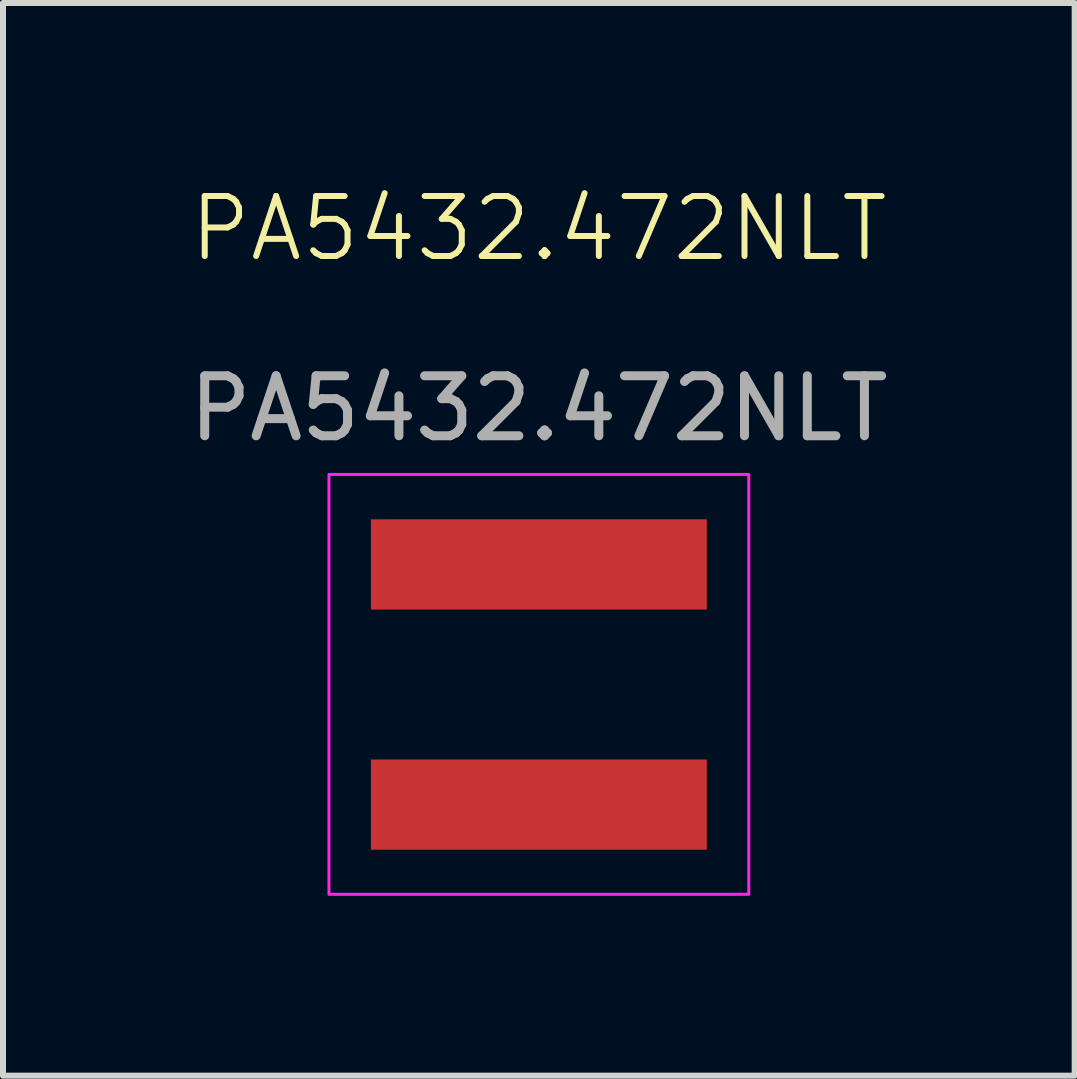
<source format=kicad_pcb>
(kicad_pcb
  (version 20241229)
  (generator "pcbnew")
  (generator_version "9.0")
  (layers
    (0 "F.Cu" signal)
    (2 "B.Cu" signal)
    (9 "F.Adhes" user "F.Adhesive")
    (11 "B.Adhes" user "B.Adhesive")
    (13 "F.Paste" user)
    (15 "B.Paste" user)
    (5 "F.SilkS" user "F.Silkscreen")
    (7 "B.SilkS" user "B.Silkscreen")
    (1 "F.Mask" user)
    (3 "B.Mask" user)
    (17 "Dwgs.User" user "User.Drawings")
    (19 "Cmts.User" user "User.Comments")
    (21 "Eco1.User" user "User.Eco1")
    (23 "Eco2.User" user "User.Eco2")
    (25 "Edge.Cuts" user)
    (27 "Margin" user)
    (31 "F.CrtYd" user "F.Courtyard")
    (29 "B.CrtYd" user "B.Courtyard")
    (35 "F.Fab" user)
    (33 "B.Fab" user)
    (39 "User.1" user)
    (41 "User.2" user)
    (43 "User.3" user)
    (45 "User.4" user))
  (footprint "PA5432.472NLT"
    (layer "F.Cu")
    (at 5.935 8.861)
    (property "Reference" "PA5432.472NLT" (at 0 -8.1 0) (unlocked yes) (layer "F.SilkS") (effects (font (size 1 1) (thickness 0.1))))
    (attr smd)
    (fp_rect (start -3.5 -4) (end 3.5 3) (stroke (width 0.05) (type default)) (fill no) (layer "F.CrtYd"))
    (fp_text user "${REFERENCE}" (at 0 -5.1 0) (unlocked yes) (layer "F.Fab") (effects (font (size 1 1) (thickness 0.15))))
    (pad "1" smd rect (at 0 -2.5) (size 5.6 1.505) (layers "F.Cu" "F.Mask" "F.Paste"))
    (pad "2" smd rect (at 0 1.505) (size 5.6 1.505) (layers "F.Cu" "F.Mask" "F.Paste")))
  (gr_rect
    (start -3 -3)
    (end 14.869 14.886)
    (stroke (width 0.1) (type default))
    (fill no)
    (layer "Edge.Cuts")))
</source>
